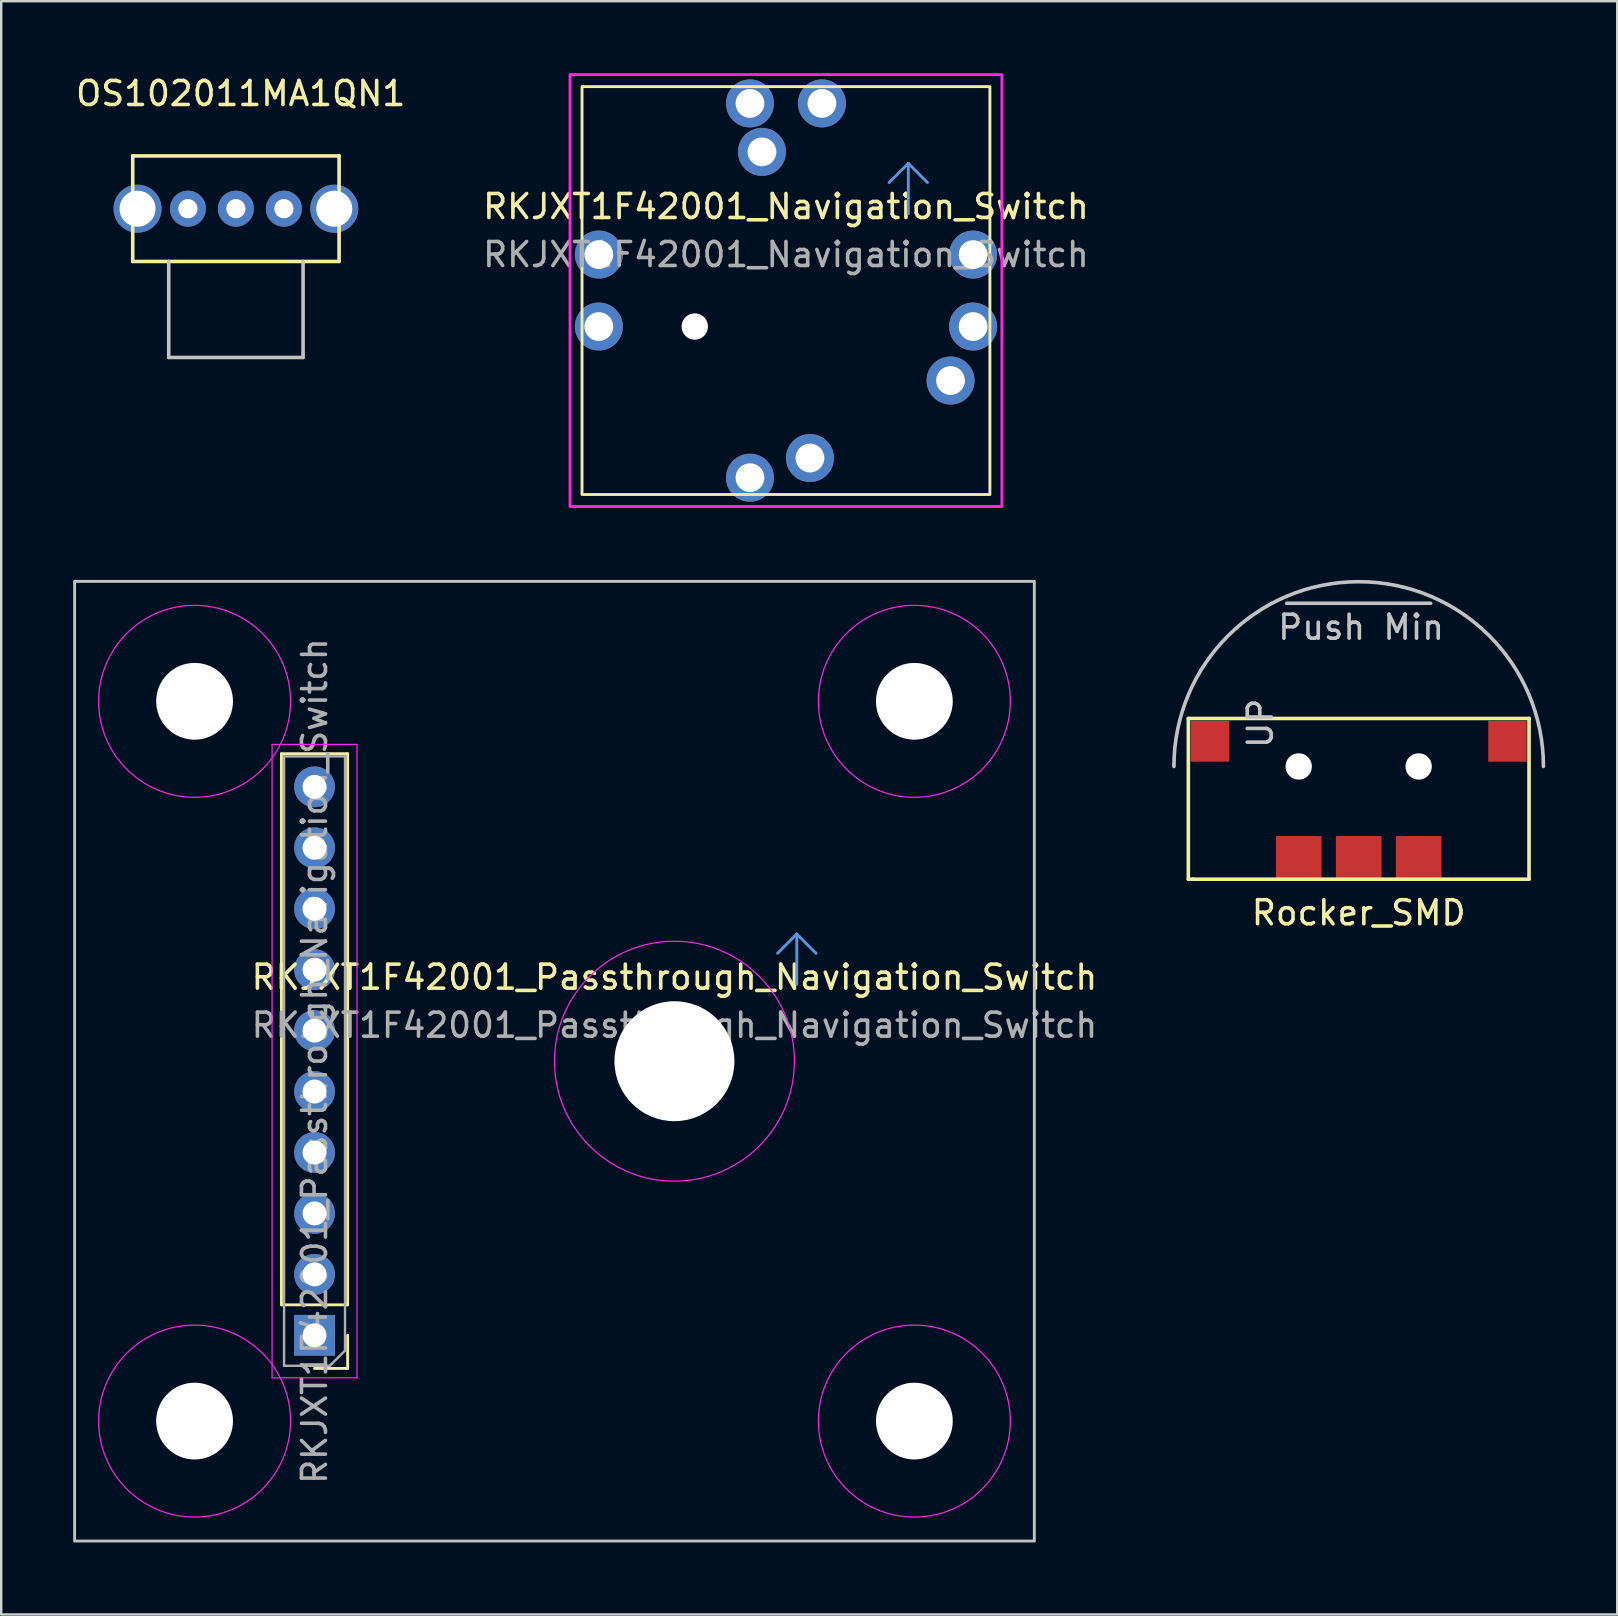
<source format=kicad_pcb>
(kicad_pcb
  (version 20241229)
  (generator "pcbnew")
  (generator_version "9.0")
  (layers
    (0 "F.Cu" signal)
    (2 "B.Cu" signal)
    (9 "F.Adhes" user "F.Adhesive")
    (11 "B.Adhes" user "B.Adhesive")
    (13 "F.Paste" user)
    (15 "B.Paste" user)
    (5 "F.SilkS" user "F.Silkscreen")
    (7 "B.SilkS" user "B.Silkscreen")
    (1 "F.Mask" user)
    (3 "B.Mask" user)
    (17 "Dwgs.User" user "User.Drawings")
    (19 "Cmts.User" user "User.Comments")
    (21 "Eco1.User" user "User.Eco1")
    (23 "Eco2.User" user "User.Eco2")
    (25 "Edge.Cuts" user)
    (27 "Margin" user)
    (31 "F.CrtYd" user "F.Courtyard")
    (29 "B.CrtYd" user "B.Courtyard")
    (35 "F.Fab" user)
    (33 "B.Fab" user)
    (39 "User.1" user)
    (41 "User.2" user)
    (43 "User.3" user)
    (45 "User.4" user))
  (footprint "RKJXT1F42001_Navigation_Switch"
    (layer "F.Cu")
    (at 29.708 9.06)
    (property "Reference" "RKJXT1F42001_Navigation_Switch" (at 0 -3.5 0) (unlocked yes) (layer "F.SilkS") (effects (font (size 1 1) (thickness 0.15))))
    (attr through_hole)
    (fp_rect (start -8.5 -8.5) (end 8.5 8.5) (stroke (width 0.12) (type default)) (fill no) (layer "F.SilkS"))
    (fp_line (start 5.1 -5.3) (end 4.3 -4.5) (stroke (width 0.12) (type default)) (layer "Cmts.User"))
    (fp_line (start 5.1 -5.3) (end 5.9 -4.5) (stroke (width 0.12) (type default)) (layer "Cmts.User"))
    (fp_line (start 5.1 -3.2) (end 5.1 -5.3) (stroke (width 0.12) (type default)) (layer "Cmts.User"))
    (fp_rect (start -9 -9) (end 9 9) (stroke (width 0.12) (type default)) (fill no) (layer "F.CrtYd"))
    (fp_text user "${REFERENCE}" (at 0 -1.5 0) (unlocked yes) (layer "F.Fab") (effects (font (size 1 1) (thickness 0.15))))
    (pad "" np_thru_hole circle (at -3.8 1.5) (size 1.1 1.1) (drill 1.1) (layers "*.Cu" "*.Mask"))
    (pad "1" thru_hole circle (at -7.8 1.5) (size 2 2) (drill 1.2) (layers "*.Cu" "*.Mask"))
    (pad "2" thru_hole circle (at 7.8 -1.5) (size 2 2) (drill 1.2) (layers "*.Cu" "*.Mask"))
    (pad "3" thru_hole circle (at -1.5 -7.8) (size 2 2) (drill 1.2) (layers "*.Cu" "*.Mask"))
    (pad "4" thru_hole circle (at -1 -5.78) (size 2 2) (drill 1.2) (layers "*.Cu" "*.Mask"))
    (pad "5" thru_hole circle (at 1 6.98) (size 2 2) (drill 1.2) (layers "*.Cu" "*.Mask"))
    (pad "6" thru_hole circle (at 1.5 -7.8) (size 2 2) (drill 1.2) (layers "*.Cu" "*.Mask"))
    (pad "7" thru_hole circle (at -7.8 -1.5) (size 2 2) (drill 1.2) (layers "*.Cu" "*.Mask"))
    (pad "8" thru_hole circle (at -1.5 7.8) (size 2 2) (drill 1.2) (layers "*.Cu" "*.Mask"))
    (pad "9" thru_hole circle (at 7.8 1.5) (size 2 2) (drill 1.2) (layers "*.Cu" "*.Mask"))
    (pad "10" thru_hole circle (at 6.86 3.75) (size 2 2) (drill 1.2) (layers "*.Cu" "*.Mask")))
  (footprint "OS102011MA1QN1"
    (layer "F.Cu")
    (at 6.782 5.648)
    (property "Reference" "OS102011MA1QN1" (at 0.2 -4.8 0) (layer "F.SilkS") (effects (font (size 1 1) (thickness 0.15))))
    (attr through_hole)
    (fp_line (start -4.3 -2.2) (end -4.3 2.2) (stroke (width 0.15) (type solid)) (layer "F.SilkS"))
    (fp_line (start -4.3 -2.2) (end 4.3 -2.2) (stroke (width 0.15) (type solid)) (layer "F.SilkS"))
    (fp_line (start -4.3 2.2) (end 4.3 2.2) (stroke (width 0.15) (type solid)) (layer "F.SilkS"))
    (fp_line (start 4.3 -2.2) (end 4.3 2.2) (stroke (width 0.15) (type solid)) (layer "F.SilkS"))
    (fp_line (start -2.8 6.2) (end -2.8 2.2) (stroke (width 0.15) (type solid)) (layer "Dwgs.User"))
    (fp_line (start 2.8 2.2) (end 2.8 6.2) (stroke (width 0.15) (type solid)) (layer "Dwgs.User"))
    (fp_line (start 2.8 6.2) (end -2.8 6.2) (stroke (width 0.15) (type solid)) (layer "Dwgs.User"))
    (pad "" thru_hole circle (at -4.1 0) (size 2 2) (drill 1.5) (layers "*.Cu" "*.Mask"))
    (pad "" thru_hole circle (at 4.1 0) (size 2 2) (drill 1.5) (layers "*.Cu" "*.Mask"))
    (pad "1" thru_hole circle (at -2 0) (size 1.5 1.5) (drill 0.8) (layers "*.Cu" "*.Mask"))
    (pad "2" thru_hole circle (at 0 0) (size 1.5 1.5) (drill 0.8) (layers "*.Cu" "*.Mask"))
    (pad "3" thru_hole circle (at 2 0) (size 1.5 1.5) (drill 0.8) (layers "*.Cu" "*.Mask")))
  (footprint "Rocker_SMD"
    (layer "F.Cu")
    (at 53.579 28.895)
    (property "Reference" "Rocker_SMD" (at 0 6.1 0) (layer "F.SilkS") (effects (font (size 1 1) (thickness 0.15))))
    (attr through_hole)
    (fp_line (start -7.1 -2) (end 7.1 -2) (stroke (width 0.15) (type solid)) (layer "F.SilkS"))
    (fp_line (start -7.1 4.7) (end -7.1 -2) (stroke (width 0.15) (type solid)) (layer "F.SilkS"))
    (fp_line (start -6.9 4.7) (end -7.1 4.7) (stroke (width 0.15) (type solid)) (layer "F.SilkS"))
    (fp_line (start 7.1 -2) (end 7.1 4.7) (stroke (width 0.15) (type solid)) (layer "F.SilkS"))
    (fp_line (start 7.1 4.7) (end -6.9 4.7) (stroke (width 0.15) (type solid)) (layer "F.SilkS"))
    (fp_line (start -3 -6.8) (end 3 -6.8) (stroke (width 0.15) (type solid)) (layer "Dwgs.User"))
    (fp_arc (start -7.7 0) (mid 0 -7.7) (end 7.7 0) (stroke (width 0.15) (type solid)) (layer "Dwgs.User"))
    (fp_text user "Push Min" (at 0.1 -5.8 0) (layer "Dwgs.User") (effects (font (size 1 1) (thickness 0.15))))
    (fp_text user "UP" (at -4.1 -1.8 90) (layer "Dwgs.User") (effects (font (size 1 1) (thickness 0.15))))
    (pad "" np_thru_hole circle (at -2.5 0) (size 1.1 1.1) (drill 1.1) (layers "*.Cu" "*.Mask"))
    (pad "" np_thru_hole circle (at 2.5 0) (size 1.1 1.1) (drill 1.1) (layers "*.Cu" "*.Mask"))
    (pad "2" smd rect (at -6.2 -1.05) (size 1.6 1.7) (layers "F.Cu" "F.Mask" "F.Paste"))
    (pad "2" smd rect (at 6.2 -1.05) (size 1.6 1.7) (layers "F.Cu" "F.Mask" "F.Paste"))
    (pad "3" smd rect (at -2.5 3.8) (size 1.9 1.8) (layers "F.Cu" "F.Mask" "F.Paste"))
    (pad "4" smd rect (at 0 3.8) (size 1.9 1.8) (layers "F.Cu" "F.Mask" "F.Paste"))
    (pad "5" smd rect (at 2.5 3.8) (size 1.9 1.8) (layers "F.Cu" "F.Mask" "F.Paste")))
  (footprint "RKJXT1F42001_Passthrough_Navigation_Switch"
    (layer "F.Cu")
    (at 25.06 41.18)
    (property "Reference" "RKJXT1F42001_Passthrough_Navigation_Switch" (at 0 -3.5 0) (unlocked yes) (layer "F.SilkS") (effects (font (size 1 1) (thickness 0.15))))
    (attr through_hole)
    (fp_line (start -16.38 10.155) (end -16.38 -12.815) (stroke (width 0.12) (type solid)) (layer "F.SilkS"))
    (fp_line (start -13.62 -12.815) (end -16.38 -12.815) (stroke (width 0.12) (type solid)) (layer "F.SilkS"))
    (fp_line (start -13.62 10.155) (end -16.38 10.155) (stroke (width 0.12) (type solid)) (layer "F.SilkS"))
    (fp_line (start -13.62 10.155) (end -13.62 -12.815) (stroke (width 0.12) (type solid)) (layer "F.SilkS"))
    (fp_line (start -13.62 11.425) (end -13.62 12.805) (stroke (width 0.12) (type solid)) (layer "F.SilkS"))
    (fp_line (start -13.62 12.805) (end -15 12.805) (stroke (width 0.12) (type solid)) (layer "F.SilkS"))
    (fp_rect (start -25 -20) (end 15 20) (stroke (width 0.12) (type solid)) (fill no) (layer "Dwgs.User"))
    (fp_line (start 5.1 -5.3) (end 4.3 -4.5) (stroke (width 0.12) (type default)) (layer "Cmts.User"))
    (fp_line (start 5.1 -5.3) (end 5.9 -4.5) (stroke (width 0.12) (type default)) (layer "Cmts.User"))
    (fp_line (start 5.1 -3.2) (end 5.1 -5.3) (stroke (width 0.12) (type default)) (layer "Cmts.User"))
    (fp_line (start -16.77 -13.205) (end -16.77 13.195) (stroke (width 0.05) (type solid)) (layer "F.CrtYd"))
    (fp_line (start -16.77 13.195) (end -13.23 13.195) (stroke (width 0.05) (type solid)) (layer "F.CrtYd"))
    (fp_line (start -13.23 -13.205) (end -16.77 -13.205) (stroke (width 0.05) (type solid)) (layer "F.CrtYd"))
    (fp_line (start -13.23 13.195) (end -13.23 -13.205) (stroke (width 0.05) (type solid)) (layer "F.CrtYd"))
    (fp_circle (center -20 -15) (end -20 -19) (stroke (width 0.05) (type default)) (fill no) (layer "F.CrtYd"))
    (fp_circle (center -20 15) (end -20 11) (stroke (width 0.05) (type default)) (fill no) (layer "F.CrtYd"))
    (fp_circle (center 0 0) (end 5 0) (stroke (width 0.05) (type solid)) (fill no) (layer "F.CrtYd"))
    (fp_circle (center 10 -15) (end 10 -19) (stroke (width 0.05) (type default)) (fill no) (layer "F.CrtYd"))
    (fp_circle (center 10 15) (end 10 11) (stroke (width 0.05) (type default)) (fill no) (layer "F.CrtYd"))
    (fp_line (start -16.27 -12.705) (end -13.73 -12.705) (stroke (width 0.1) (type solid)) (layer "F.Fab"))
    (fp_line (start -16.27 12.695) (end -16.27 -12.705) (stroke (width 0.1) (type solid)) (layer "F.Fab"))
    (fp_line (start -14.365 12.695) (end -16.27 12.695) (stroke (width 0.1) (type solid)) (layer "F.Fab"))
    (fp_line (start -13.73 -12.705) (end -13.73 12.06) (stroke (width 0.1) (type solid)) (layer "F.Fab"))
    (fp_line (start -13.73 12.06) (end -14.365 12.695) (stroke (width 0.1) (type solid)) (layer "F.Fab"))
    (fp_text user "${REFERENCE}" (at -15 -0.005 270) (layer "F.Fab") (effects (font (size 1 1) (thickness 0.15))))
    (fp_text user "${REFERENCE}" (at 0 -1.5 0) (unlocked yes) (layer "F.Fab") (effects (font (size 1 1) (thickness 0.15))))
    (pad "" np_thru_hole circle (at -20 -15) (size 3.2 3.2) (drill 5) (layers "*.Cu" "*.Mask"))
    (pad "" np_thru_hole circle (at -20 15) (size 3.2 3.2) (drill 5) (layers "*.Cu" "*.Mask"))
    (pad "" np_thru_hole circle (at 0 0) (size 5 5) (drill 5) (layers "*.Cu" "*.Mask"))
    (pad "" np_thru_hole circle (at 10 -15) (size 3.2 3.2) (drill 5) (layers "*.Cu" "*.Mask"))
    (pad "" np_thru_hole circle (at 10 15) (size 3.2 3.2) (drill 5) (layers "*.Cu" "*.Mask"))
    (pad "1" thru_hole rect (at -15 11.425 180) (size 1.7 1.7) (drill 1) (layers "*.Cu" "*.Mask"))
    (pad "2" thru_hole circle (at -15 8.885 180) (size 1.7 1.7) (drill 1) (layers "*.Cu" "*.Mask"))
    (pad "3" thru_hole circle (at -15 6.345 180) (size 1.7 1.7) (drill 1) (layers "*.Cu" "*.Mask"))
    (pad "4" thru_hole circle (at -15 3.805 180) (size 1.7 1.7) (drill 1) (layers "*.Cu" "*.Mask"))
    (pad "5" thru_hole circle (at -15 1.265 180) (size 1.7 1.7) (drill 1) (layers "*.Cu" "*.Mask"))
    (pad "6" thru_hole circle (at -15 -1.275 180) (size 1.7 1.7) (drill 1) (layers "*.Cu" "*.Mask"))
    (pad "7" thru_hole circle (at -15 -3.815 180) (size 1.7 1.7) (drill 1) (layers "*.Cu" "*.Mask"))
    (pad "8" thru_hole circle (at -15 -6.355 180) (size 1.7 1.7) (drill 1) (layers "*.Cu" "*.Mask"))
    (pad "9" thru_hole circle (at -15 -8.895 180) (size 1.7 1.7) (drill 1) (layers "*.Cu" "*.Mask"))
    (pad "10" thru_hole circle (at -15 -11.435 180) (size 1.7 1.7) (drill 1) (layers "*.Cu" "*.Mask")))
  (gr_rect
    (start -3 -3)
    (end 64.354 64.24)
    (stroke (width 0.1) (type default))
    (fill no)
    (layer "Edge.Cuts")))
</source>
